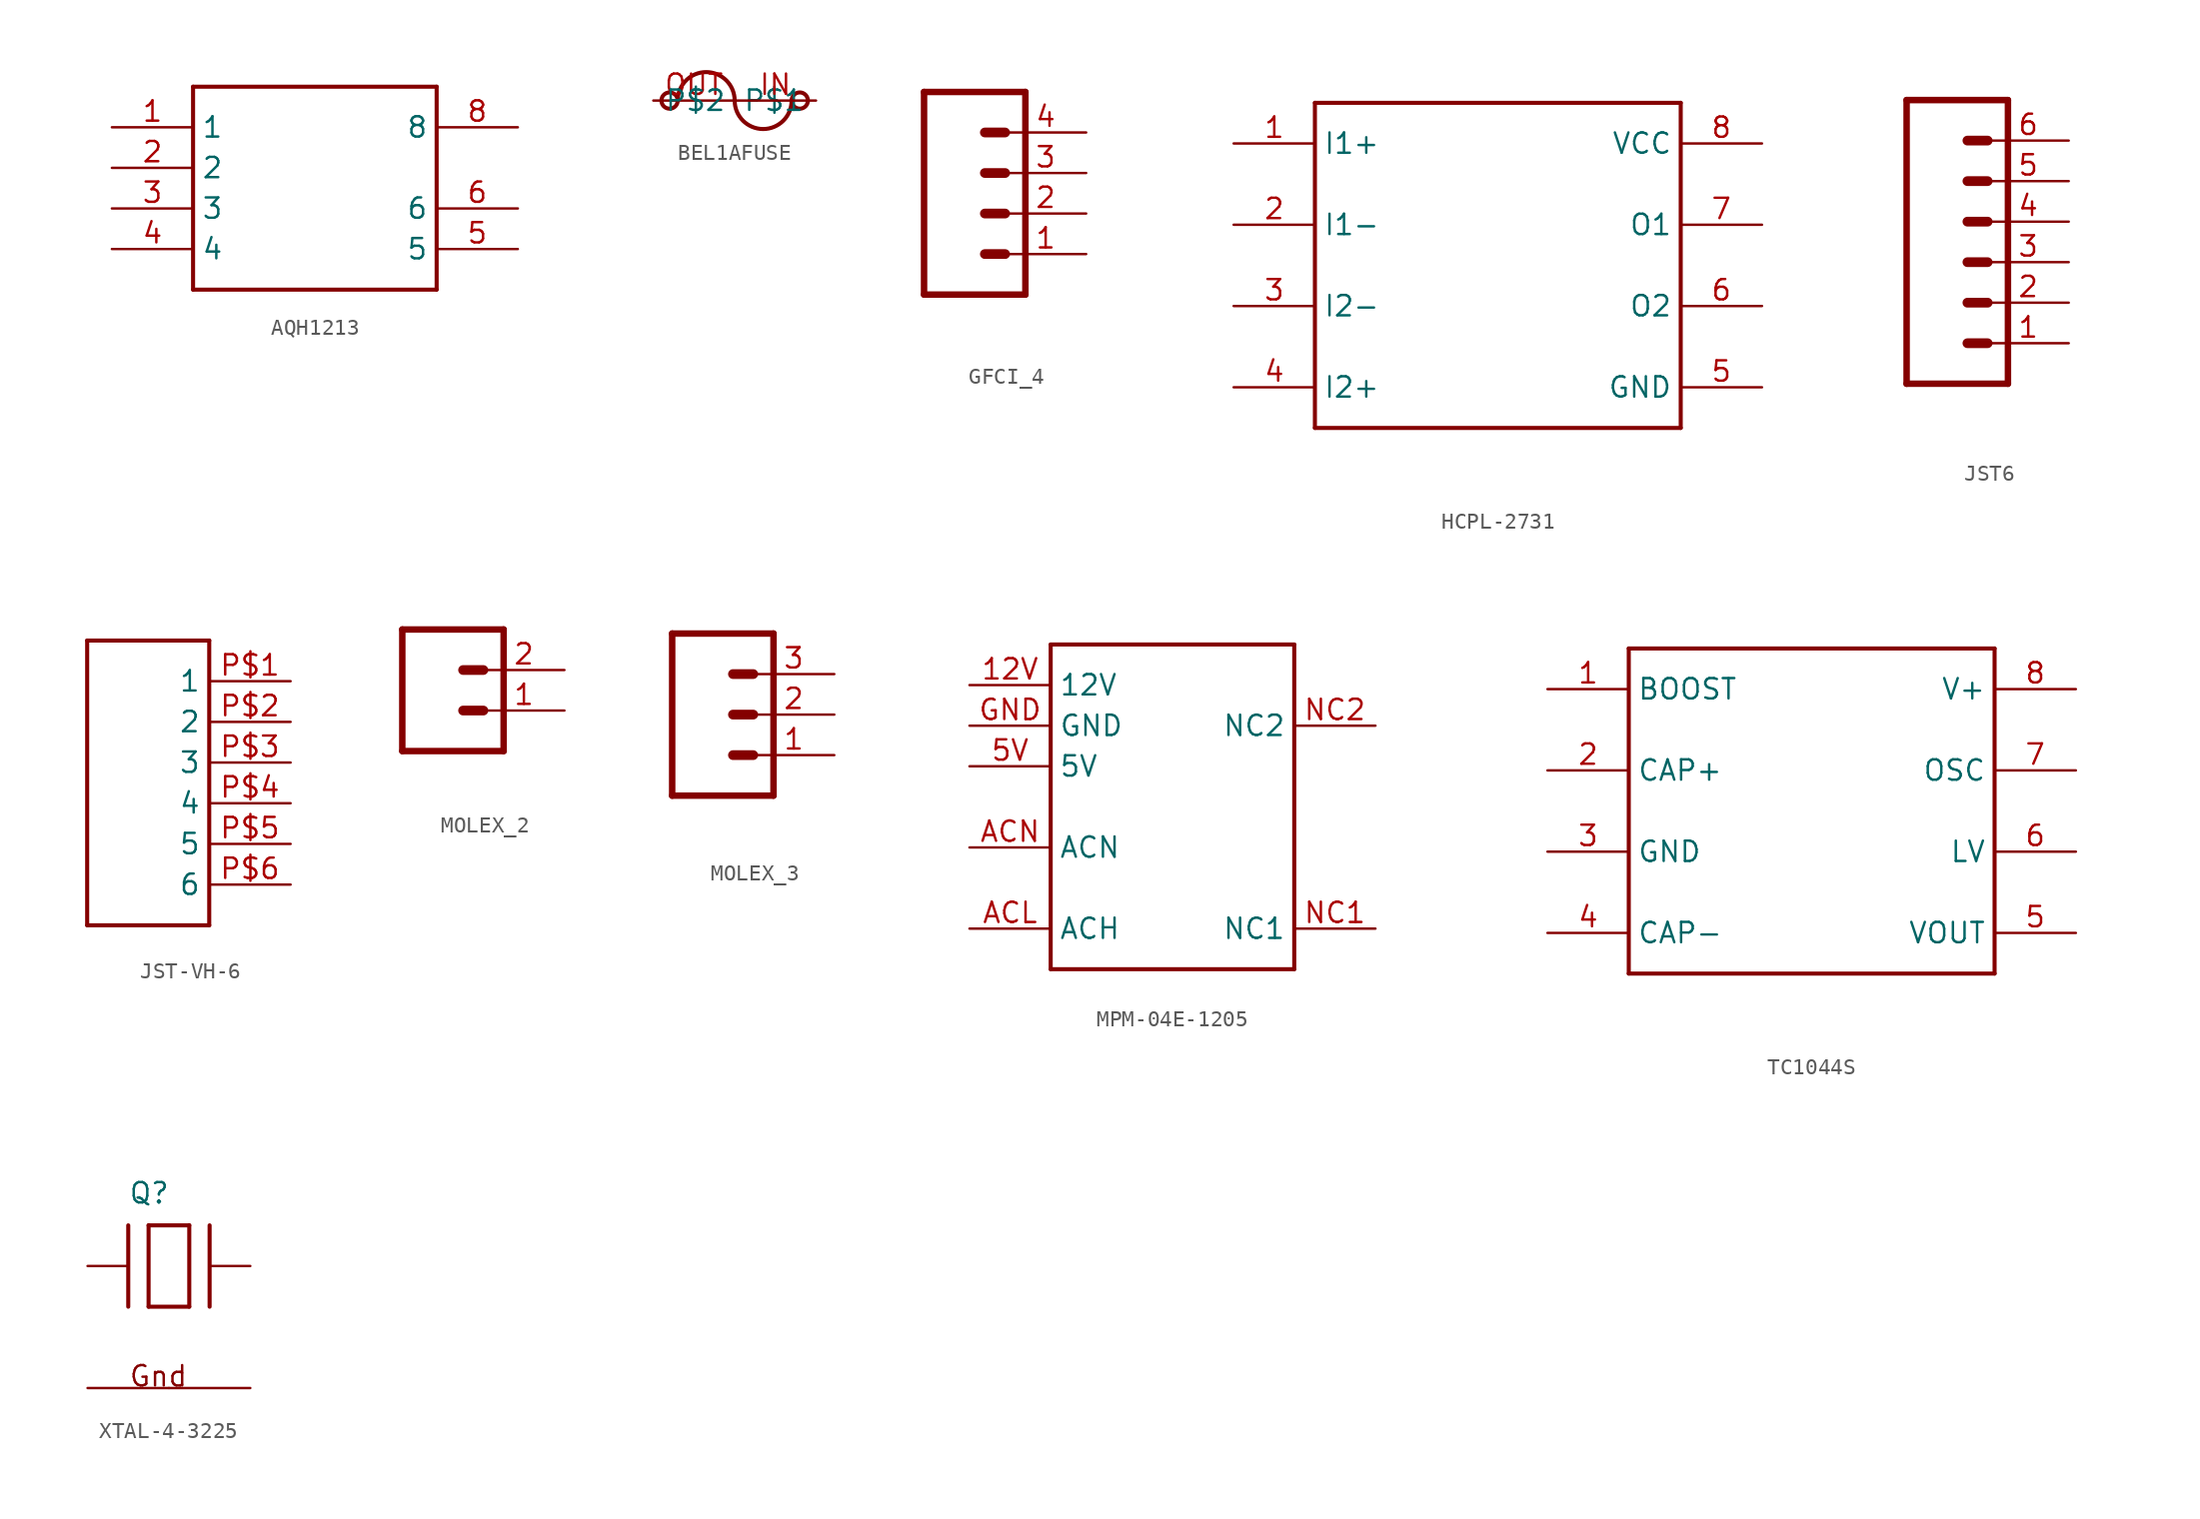
<source format=kicad_sym>
(kicad_symbol_lib
  (version 20231120)
  (generator "kicad_symbol_editor")
  (generator_version "8.0")
  (symbol "AQH1213"
    (property "Reference" ""
      (at 0 0 0)
      (effects (font (size 1.27 1.27)) (hide yes)))
    (property "ki_locked" ""
      (at 0 0 0)
      (effects (font (size 1.27 1.27))))
    (symbol "AQH1213_1_0"
      (polyline (pts (xy -7.62 -7.62) (xy -7.62 5.08)) (stroke (width 0.254) (type solid)) (fill (type none)))
      (polyline (pts (xy -7.62 -7.62) (xy 7.62 -7.62)) (stroke (width 0.254) (type solid)) (fill (type none)))
      (polyline (pts (xy -7.62 5.08) (xy 7.62 5.08)) (stroke (width 0.254) (type solid)) (fill (type none)))
      (polyline (pts (xy 7.62 5.08) (xy 7.62 -7.62)) (stroke (width 0.254) (type solid)) (fill (type none)))
      (pin bidirectional line (at -12.7 2.54 0) (length 5.08) (name "1" (effects (font (size 1.27 1.27)))) (number "1" (effects (font (size 1.27 1.27)))))
      (pin bidirectional line (at -12.7 0 0) (length 5.08) (name "2" (effects (font (size 1.27 1.27)))) (number "2" (effects (font (size 1.27 1.27)))))
      (pin bidirectional line (at -12.7 -2.54 0) (length 5.08) (name "3" (effects (font (size 1.27 1.27)))) (number "3" (effects (font (size 1.27 1.27)))))
      (pin bidirectional line (at -12.7 -5.08 0) (length 5.08) (name "4" (effects (font (size 1.27 1.27)))) (number "4" (effects (font (size 1.27 1.27)))))
      (pin bidirectional line (at 12.7 -5.08 180) (length 5.08) (name "5" (effects (font (size 1.27 1.27)))) (number "5" (effects (font (size 1.27 1.27)))))
      (pin bidirectional line (at 12.7 -2.54 180) (length 5.08) (name "6" (effects (font (size 1.27 1.27)))) (number "6" (effects (font (size 1.27 1.27)))))
      (pin bidirectional line (at 12.7 2.54 180) (length 5.08) (name "8" (effects (font (size 1.27 1.27)))) (number "8" (effects (font (size 1.27 1.27)))))))
  (symbol "BEL1AFUSE"
    (property "Reference" ""
      (at 0 0 0)
      (effects (font (size 1.27 1.27)) (hide yes)))
    (property "ki_locked" ""
      (at 0 0 0)
      (effects (font (size 1.27 1.27))))
    (symbol "BEL1AFUSE_1_0"
      (circle (center -4.064 0) (radius 0.508) (stroke (width 0.254) (type solid)) (fill (type none)))
      (arc (start 0 0) (mid -1.778 1.778) (end -3.556 0) (stroke (width 0.254) (type solid)) (fill (type none)))
      (arc (start 0 0) (mid 1.778 -1.778) (end 3.556 0) (stroke (width 0.254) (type solid)) (fill (type none)))
      (circle (center 4.064 0) (radius 0.508) (stroke (width 0.254) (type solid)) (fill (type none)))
      (pin bidirectional line (at 5.08 0 180) (length 5.08) (name "P$2" (effects (font (size 1.27 1.27)))) (number "IN" (effects (font (size 1.27 1.27)))))
      (pin bidirectional line (at -5.08 0 0) (length 5.08) (name "P$1" (effects (font (size 1.27 1.27)))) (number "OUT" (effects (font (size 1.27 1.27)))))))
  (symbol "GFCI_4"
    (property "Reference" ""
      (at -5.08 8.382 0)
      (effects (font (size 1.778 1.511)) (justify left bottom) (hide yes)))
    (property "Value" ""
      (at -5.08 -7.62 0)
      (effects (font (size 1.778 1.511)) (justify left bottom)))
    (property "ki_locked" ""
      (at 0 0 0)
      (effects (font (size 1.27 1.27))))
    (symbol "GFCI_4_1_0"
      (polyline (pts (xy -5.08 7.62) (xy -5.08 -5.08)) (stroke (width 0.406) (type solid)) (fill (type none)))
      (polyline (pts (xy -5.08 7.62) (xy 1.27 7.62)) (stroke (width 0.406) (type solid)) (fill (type none)))
      (polyline (pts (xy -1.27 -2.54) (xy 0 -2.54)) (stroke (width 0.61) (type solid)) (fill (type none)))
      (polyline (pts (xy -1.27 0) (xy 0 0)) (stroke (width 0.61) (type solid)) (fill (type none)))
      (polyline (pts (xy -1.27 2.54) (xy 0 2.54)) (stroke (width 0.61) (type solid)) (fill (type none)))
      (polyline (pts (xy -1.27 5.08) (xy 0 5.08)) (stroke (width 0.61) (type solid)) (fill (type none)))
      (polyline (pts (xy 1.27 -5.08) (xy -5.08 -5.08)) (stroke (width 0.406) (type solid)) (fill (type none)))
      (polyline (pts (xy 1.27 -5.08) (xy 1.27 7.62)) (stroke (width 0.406) (type solid)) (fill (type none)))
      (pin passive line (at 5.08 -2.54 180) (length 5.08) (name "1" (effects (font (size 0 0)))) (number "1" (effects (font (size 1.27 1.27)))))
      (pin passive line (at 5.08 0 180) (length 5.08) (name "2" (effects (font (size 0 0)))) (number "2" (effects (font (size 1.27 1.27)))))
      (pin passive line (at 5.08 2.54 180) (length 5.08) (name "3" (effects (font (size 0 0)))) (number "3" (effects (font (size 1.27 1.27)))))
      (pin passive line (at 5.08 5.08 180) (length 5.08) (name "4" (effects (font (size 0 0)))) (number "4" (effects (font (size 1.27 1.27)))))))
  (symbol "HCPL-2731"
    (property "Reference" ""
      (at 5.08 15.24 0)
      (effects (font (size 1.27 1.079)) (justify left bottom) (hide yes)))
    (property "Value" ""
      (at 5.08 -10.16 0)
      (effects (font (size 1.27 1.079)) (justify left bottom)))
    (property "ki_locked" ""
      (at 0 0 0)
      (effects (font (size 1.27 1.27))))
    (symbol "HCPL-2731_1_0"
      (polyline (pts (xy -7.62 -7.62) (xy -7.62 12.7)) (stroke (width 0.254) (type solid)) (fill (type none)))
      (polyline (pts (xy -7.62 12.7) (xy 15.24 12.7)) (stroke (width 0.254) (type solid)) (fill (type none)))
      (polyline (pts (xy 15.24 -7.62) (xy -7.62 -7.62)) (stroke (width 0.254) (type solid)) (fill (type none)))
      (polyline (pts (xy 15.24 12.7) (xy 15.24 -7.62)) (stroke (width 0.254) (type solid)) (fill (type none)))
      (pin bidirectional line (at -12.7 10.16 0) (length 5.08) (name "I1+" (effects (font (size 1.27 1.27)))) (number "1" (effects (font (size 1.27 1.27)))))
      (pin bidirectional line (at -12.7 5.08 0) (length 5.08) (name "I1-" (effects (font (size 1.27 1.27)))) (number "2" (effects (font (size 1.27 1.27)))))
      (pin bidirectional line (at -12.7 0 0) (length 5.08) (name "I2-" (effects (font (size 1.27 1.27)))) (number "3" (effects (font (size 1.27 1.27)))))
      (pin bidirectional line (at -12.7 -5.08 0) (length 5.08) (name "I2+" (effects (font (size 1.27 1.27)))) (number "4" (effects (font (size 1.27 1.27)))))
      (pin bidirectional line (at 20.32 -5.08 180) (length 5.08) (name "GND" (effects (font (size 1.27 1.27)))) (number "5" (effects (font (size 1.27 1.27)))))
      (pin bidirectional line (at 20.32 0 180) (length 5.08) (name "O2" (effects (font (size 1.27 1.27)))) (number "6" (effects (font (size 1.27 1.27)))))
      (pin bidirectional line (at 20.32 5.08 180) (length 5.08) (name "O1" (effects (font (size 1.27 1.27)))) (number "7" (effects (font (size 1.27 1.27)))))
      (pin bidirectional line (at 20.32 10.16 180) (length 5.08) (name "VCC" (effects (font (size 1.27 1.27)))) (number "8" (effects (font (size 1.27 1.27)))))))
  (symbol "JST6"
    (property "Reference" ""
      (at -5.08 10.922 0)
      (effects (font (size 1.778 1.511)) (justify left bottom) (hide yes)))
    (property "Value" ""
      (at -5.08 -10.16 0)
      (effects (font (size 1.778 1.511)) (justify left bottom)))
    (property "ki_locked" ""
      (at 0 0 0)
      (effects (font (size 1.27 1.27))))
    (symbol "JST6_1_0"
      (polyline (pts (xy -5.08 10.16) (xy -5.08 -7.62)) (stroke (width 0.406) (type solid)) (fill (type none)))
      (polyline (pts (xy -5.08 10.16) (xy 1.27 10.16)) (stroke (width 0.406) (type solid)) (fill (type none)))
      (polyline (pts (xy -1.27 -5.08) (xy 0 -5.08)) (stroke (width 0.61) (type solid)) (fill (type none)))
      (polyline (pts (xy -1.27 -2.54) (xy 0 -2.54)) (stroke (width 0.61) (type solid)) (fill (type none)))
      (polyline (pts (xy -1.27 0) (xy 0 0)) (stroke (width 0.61) (type solid)) (fill (type none)))
      (polyline (pts (xy -1.27 2.54) (xy 0 2.54)) (stroke (width 0.61) (type solid)) (fill (type none)))
      (polyline (pts (xy -1.27 5.08) (xy 0 5.08)) (stroke (width 0.61) (type solid)) (fill (type none)))
      (polyline (pts (xy -1.27 7.62) (xy 0 7.62)) (stroke (width 0.61) (type solid)) (fill (type none)))
      (polyline (pts (xy 1.27 -7.62) (xy -5.08 -7.62)) (stroke (width 0.406) (type solid)) (fill (type none)))
      (polyline (pts (xy 1.27 -7.62) (xy 1.27 10.16)) (stroke (width 0.406) (type solid)) (fill (type none)))
      (pin passive line (at 5.08 -5.08 180) (length 5.08) (name "1" (effects (font (size 0 0)))) (number "1" (effects (font (size 1.27 1.27)))))
      (pin passive line (at 5.08 -2.54 180) (length 5.08) (name "2" (effects (font (size 0 0)))) (number "2" (effects (font (size 1.27 1.27)))))
      (pin passive line (at 5.08 0 180) (length 5.08) (name "3" (effects (font (size 0 0)))) (number "3" (effects (font (size 1.27 1.27)))))
      (pin passive line (at 5.08 2.54 180) (length 5.08) (name "4" (effects (font (size 0 0)))) (number "4" (effects (font (size 1.27 1.27)))))
      (pin passive line (at 5.08 5.08 180) (length 5.08) (name "5" (effects (font (size 0 0)))) (number "5" (effects (font (size 1.27 1.27)))))
      (pin passive line (at 5.08 7.62 180) (length 5.08) (name "6" (effects (font (size 0 0)))) (number "6" (effects (font (size 1.27 1.27)))))))
  (symbol "JST-VH-6"
    (property "Reference" ""
      (at 0 0 0)
      (effects (font (size 1.27 1.27)) (hide yes)))
    (property "ki_locked" ""
      (at 0 0 0)
      (effects (font (size 1.27 1.27))))
    (symbol "JST-VH-6_1_0"
      (polyline (pts (xy -2.54 -5.08) (xy 5.08 -5.08)) (stroke (width 0.254) (type solid)) (fill (type none)))
      (polyline (pts (xy -2.54 12.7) (xy -2.54 -5.08)) (stroke (width 0.254) (type solid)) (fill (type none)))
      (polyline (pts (xy 5.08 -5.08) (xy 5.08 12.7)) (stroke (width 0.254) (type solid)) (fill (type none)))
      (polyline (pts (xy 5.08 12.7) (xy -2.54 12.7)) (stroke (width 0.254) (type solid)) (fill (type none)))
      (pin bidirectional line (at 10.16 10.16 180) (length 5.08) (name "1" (effects (font (size 1.27 1.27)))) (number "P$1" (effects (font (size 1.27 1.27)))))
      (pin bidirectional line (at 10.16 7.62 180) (length 5.08) (name "2" (effects (font (size 1.27 1.27)))) (number "P$2" (effects (font (size 1.27 1.27)))))
      (pin bidirectional line (at 10.16 5.08 180) (length 5.08) (name "3" (effects (font (size 1.27 1.27)))) (number "P$3" (effects (font (size 1.27 1.27)))))
      (pin bidirectional line (at 10.16 2.54 180) (length 5.08) (name "4" (effects (font (size 1.27 1.27)))) (number "P$4" (effects (font (size 1.27 1.27)))))
      (pin bidirectional line (at 10.16 0 180) (length 5.08) (name "5" (effects (font (size 1.27 1.27)))) (number "P$5" (effects (font (size 1.27 1.27)))))
      (pin bidirectional line (at 10.16 -2.54 180) (length 5.08) (name "6" (effects (font (size 1.27 1.27)))) (number "P$6" (effects (font (size 1.27 1.27)))))))
  (symbol "MOLEX_2"
    (property "Reference" ""
      (at -2.54 5.842 0)
      (effects (font (size 1.778 1.511)) (justify left bottom) (hide yes)))
    (property "Value" ""
      (at -2.54 -5.08 0)
      (effects (font (size 1.778 1.511)) (justify left bottom)))
    (property "ki_locked" ""
      (at 0 0 0)
      (effects (font (size 1.27 1.27))))
    (symbol "MOLEX_2_1_0"
      (polyline (pts (xy -2.54 5.08) (xy -2.54 -2.54)) (stroke (width 0.406) (type solid)) (fill (type none)))
      (polyline (pts (xy -2.54 5.08) (xy 3.81 5.08)) (stroke (width 0.406) (type solid)) (fill (type none)))
      (polyline (pts (xy 1.27 0) (xy 2.54 0)) (stroke (width 0.61) (type solid)) (fill (type none)))
      (polyline (pts (xy 1.27 2.54) (xy 2.54 2.54)) (stroke (width 0.61) (type solid)) (fill (type none)))
      (polyline (pts (xy 3.81 -2.54) (xy -2.54 -2.54)) (stroke (width 0.406) (type solid)) (fill (type none)))
      (polyline (pts (xy 3.81 -2.54) (xy 3.81 5.08)) (stroke (width 0.406) (type solid)) (fill (type none)))
      (pin passive line (at 7.62 0 180) (length 5.08) (name "1" (effects (font (size 0 0)))) (number "1" (effects (font (size 1.27 1.27)))))
      (pin passive line (at 7.62 2.54 180) (length 5.08) (name "2" (effects (font (size 0 0)))) (number "2" (effects (font (size 1.27 1.27)))))))
  (symbol "MOLEX_3"
    (property "Reference" ""
      (at -2.54 5.842 0)
      (effects (font (size 1.778 1.511)) (justify left bottom) (hide yes)))
    (property "Value" ""
      (at -2.54 -7.62 0)
      (effects (font (size 1.778 1.511)) (justify left bottom)))
    (property "ki_locked" ""
      (at 0 0 0)
      (effects (font (size 1.27 1.27))))
    (symbol "MOLEX_3_1_0"
      (polyline (pts (xy -2.54 5.08) (xy -2.54 -5.08)) (stroke (width 0.406) (type solid)) (fill (type none)))
      (polyline (pts (xy -2.54 5.08) (xy 3.81 5.08)) (stroke (width 0.406) (type solid)) (fill (type none)))
      (polyline (pts (xy 1.27 -2.54) (xy 2.54 -2.54)) (stroke (width 0.61) (type solid)) (fill (type none)))
      (polyline (pts (xy 1.27 0) (xy 2.54 0)) (stroke (width 0.61) (type solid)) (fill (type none)))
      (polyline (pts (xy 1.27 2.54) (xy 2.54 2.54)) (stroke (width 0.61) (type solid)) (fill (type none)))
      (polyline (pts (xy 3.81 -5.08) (xy -2.54 -5.08)) (stroke (width 0.406) (type solid)) (fill (type none)))
      (polyline (pts (xy 3.81 -5.08) (xy 3.81 5.08)) (stroke (width 0.406) (type solid)) (fill (type none)))
      (pin passive line (at 7.62 -2.54 180) (length 5.08) (name "1" (effects (font (size 0 0)))) (number "1" (effects (font (size 1.27 1.27)))))
      (pin passive line (at 7.62 0 180) (length 5.08) (name "2" (effects (font (size 0 0)))) (number "2" (effects (font (size 1.27 1.27)))))
      (pin passive line (at 7.62 2.54 180) (length 5.08) (name "3" (effects (font (size 0 0)))) (number "3" (effects (font (size 1.27 1.27)))))))
  (symbol "MPM-04E-1205"
    (property "Reference" ""
      (at 0 0 0)
      (effects (font (size 1.27 1.27)) (hide yes)))
    (property "ki_locked" ""
      (at 0 0 0)
      (effects (font (size 1.27 1.27))))
    (symbol "MPM-04E-1205_1_0"
      (polyline (pts (xy -12.7 -12.7) (xy -12.7 7.62)) (stroke (width 0.254) (type solid)) (fill (type none)))
      (polyline (pts (xy -12.7 7.62) (xy 2.54 7.62)) (stroke (width 0.254) (type solid)) (fill (type none)))
      (polyline (pts (xy 2.54 -12.7) (xy -12.7 -12.7)) (stroke (width 0.254) (type solid)) (fill (type none)))
      (polyline (pts (xy 2.54 7.62) (xy 2.54 -12.7)) (stroke (width 0.254) (type solid)) (fill (type none)))
      (pin bidirectional line (at -17.78 5.08 0) (length 5.08) (name "12V" (effects (font (size 1.27 1.27)))) (number "12V" (effects (font (size 1.27 1.27)))))
      (pin bidirectional line (at -17.78 0 0) (length 5.08) (name "5V" (effects (font (size 1.27 1.27)))) (number "5V" (effects (font (size 1.27 1.27)))))
      (pin bidirectional line (at -17.78 -10.16 0) (length 5.08) (name "ACH" (effects (font (size 1.27 1.27)))) (number "ACL" (effects (font (size 1.27 1.27)))))
      (pin bidirectional line (at -17.78 -5.08 0) (length 5.08) (name "ACN" (effects (font (size 1.27 1.27)))) (number "ACN" (effects (font (size 1.27 1.27)))))
      (pin bidirectional line (at -17.78 2.54 0) (length 5.08) (name "GND" (effects (font (size 1.27 1.27)))) (number "GND" (effects (font (size 1.27 1.27)))))
      (pin bidirectional line (at 7.62 -10.16 180) (length 5.08) (name "NC1" (effects (font (size 1.27 1.27)))) (number "NC1" (effects (font (size 1.27 1.27)))))
      (pin bidirectional line (at 7.62 2.54 180) (length 5.08) (name "NC2" (effects (font (size 1.27 1.27)))) (number "NC2" (effects (font (size 1.27 1.27)))))))
  (symbol "TC1044S"
    (property "Reference" ""
      (at 2.54 12.7 0)
      (effects (font (size 1.27 1.079)) (justify left bottom) (hide yes)))
    (property "Value" ""
      (at 2.54 -12.7 0)
      (effects (font (size 1.27 1.079)) (justify left bottom)))
    (property "ki_locked" ""
      (at 0 0 0)
      (effects (font (size 1.27 1.27))))
    (symbol "TC1044S_1_0"
      (polyline (pts (xy -10.16 -10.16) (xy -10.16 10.16)) (stroke (width 0.254) (type solid)) (fill (type none)))
      (polyline (pts (xy -10.16 10.16) (xy 12.7 10.16)) (stroke (width 0.254) (type solid)) (fill (type none)))
      (polyline (pts (xy 12.7 -10.16) (xy -10.16 -10.16)) (stroke (width 0.254) (type solid)) (fill (type none)))
      (polyline (pts (xy 12.7 10.16) (xy 12.7 -10.16)) (stroke (width 0.254) (type solid)) (fill (type none)))
      (pin bidirectional line (at -15.24 7.62 0) (length 5.08) (name "BOOST" (effects (font (size 1.27 1.27)))) (number "1" (effects (font (size 1.27 1.27)))))
      (pin bidirectional line (at -15.24 2.54 0) (length 5.08) (name "CAP+" (effects (font (size 1.27 1.27)))) (number "2" (effects (font (size 1.27 1.27)))))
      (pin bidirectional line (at -15.24 -2.54 0) (length 5.08) (name "GND" (effects (font (size 1.27 1.27)))) (number "3" (effects (font (size 1.27 1.27)))))
      (pin bidirectional line (at -15.24 -7.62 0) (length 5.08) (name "CAP-" (effects (font (size 1.27 1.27)))) (number "4" (effects (font (size 1.27 1.27)))))
      (pin bidirectional line (at 17.78 -7.62 180) (length 5.08) (name "VOUT" (effects (font (size 1.27 1.27)))) (number "5" (effects (font (size 1.27 1.27)))))
      (pin bidirectional line (at 17.78 -2.54 180) (length 5.08) (name "LV" (effects (font (size 1.27 1.27)))) (number "6" (effects (font (size 1.27 1.27)))))
      (pin bidirectional line (at 17.78 2.54 180) (length 5.08) (name "OSC" (effects (font (size 1.27 1.27)))) (number "7" (effects (font (size 1.27 1.27)))))
      (pin bidirectional line (at 17.78 7.62 180) (length 5.08) (name "V+" (effects (font (size 1.27 1.27)))) (number "8" (effects (font (size 1.27 1.27)))))))
  (symbol "XTAL-4-3225"
    (property "Reference" "Q"
      (at -2.54 3.81 0)
      (effects (font (size 1.27 1.27)) (justify left bottom)))
    (property "Value" ""
      (at -3.81 -5.08 0)
      (effects (font (size 1.27 1.27)) (justify left bottom)))
    (property "ki_locked" ""
      (at 0 0 0)
      (effects (font (size 1.27 1.27))))
    (symbol "XTAL-4-3225_1_0"
      (polyline (pts (xy -2.54 2.54) (xy -2.54 -2.54)) (stroke (width 0.254) (type solid)) (fill (type none)))
      (polyline (pts (xy -1.27 -2.54) (xy 1.27 -2.54)) (stroke (width 0.254) (type solid)) (fill (type none)))
      (polyline (pts (xy -1.27 2.54) (xy -1.27 -2.54)) (stroke (width 0.254) (type solid)) (fill (type none)))
      (polyline (pts (xy 1.27 -2.54) (xy 1.27 2.54)) (stroke (width 0.254) (type solid)) (fill (type none)))
      (polyline (pts (xy 1.27 2.54) (xy -1.27 2.54)) (stroke (width 0.254) (type solid)) (fill (type none)))
      (polyline (pts (xy 2.54 2.54) (xy 2.54 -2.54)) (stroke (width 0.254) (type solid)) (fill (type none)))
      (text "Gnd" (at -2.54 -7.62 0) (effects (font (size 1.27 1.27)) (justify left bottom)))
      (pin power_in line (at -5.08 -7.62 0) (length 5.08) (name "G1" (effects (font (size 0 0)))) (number "1" (effects (font (size 0 0)))))
      (pin bidirectional line (at -5.08 0 0) (length 2.54) (name "X1" (effects (font (size 0 0)))) (number "2" (effects (font (size 0 0)))))
      (pin power_in line (at 5.08 -7.62 180) (length 5.08) (name "G2" (effects (font (size 0 0)))) (number "3" (effects (font (size 0 0)))))
      (pin bidirectional line (at 5.08 0 180) (length 2.54) (name "X2" (effects (font (size 0 0)))) (number "4" (effects (font (size 0 0))))))))
</source>
